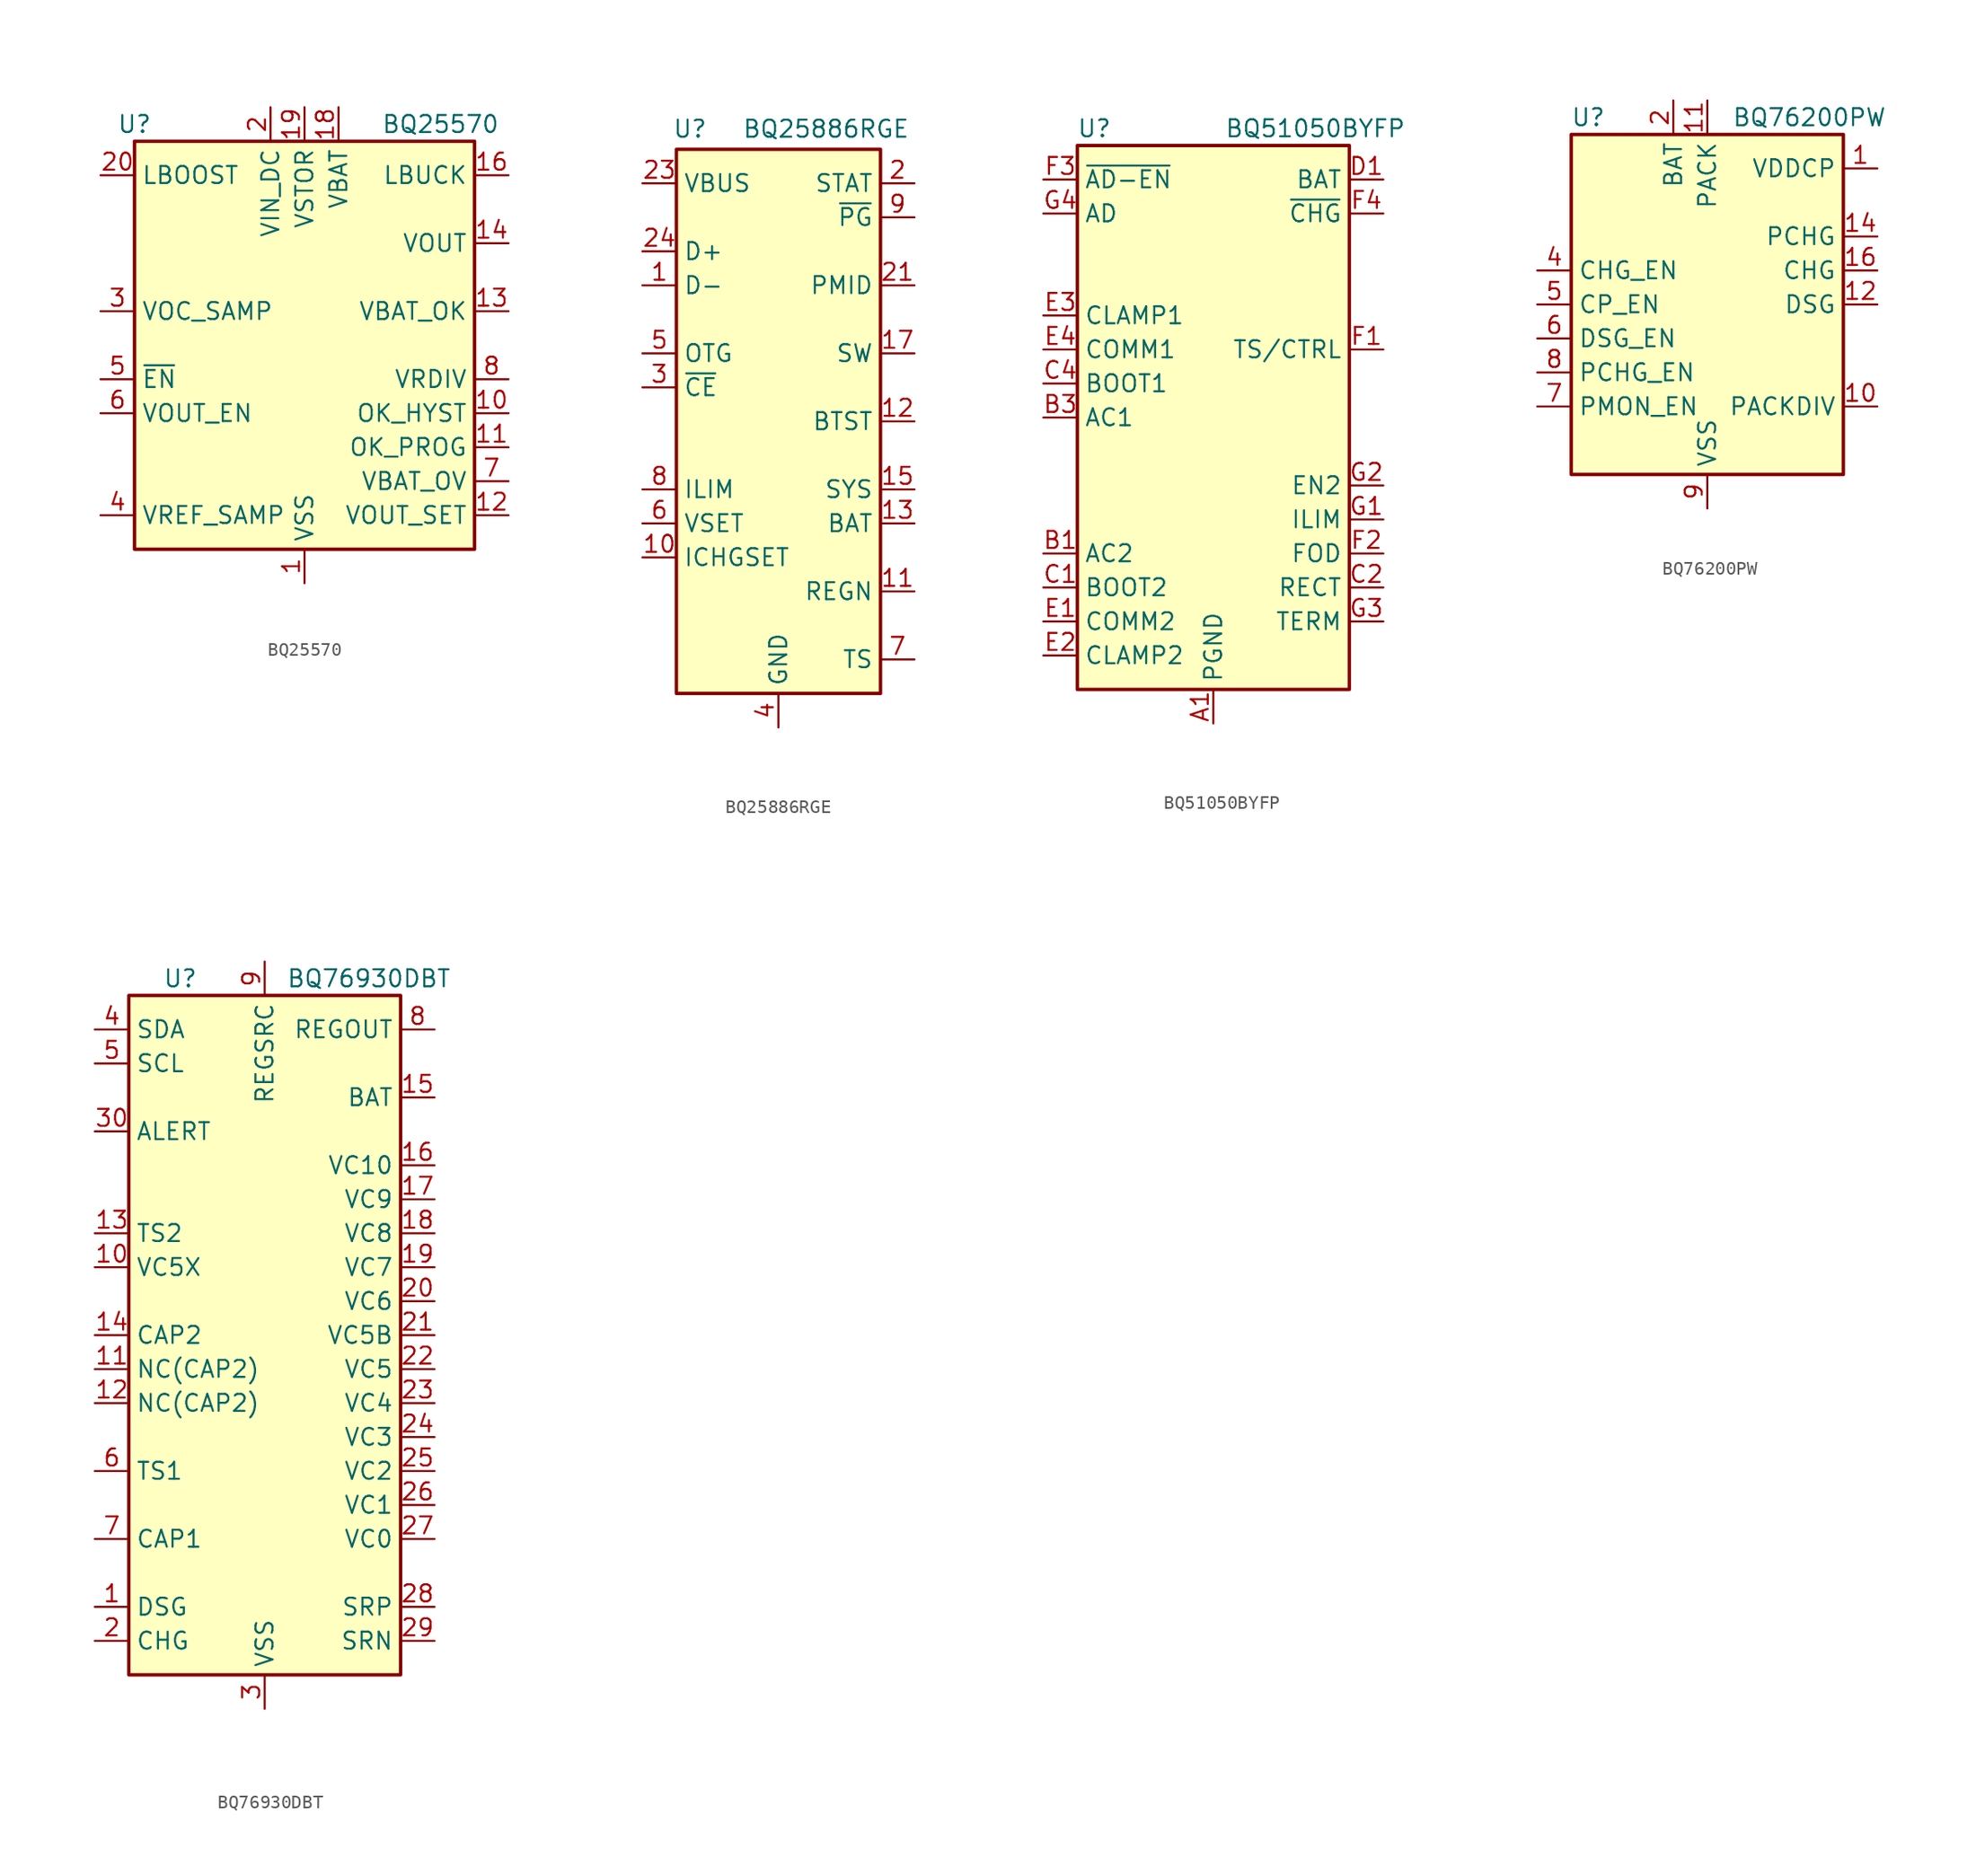
<source format=kicad_sym>
(kicad_symbol_lib
  (version 20241209)
  (generator "kicad_symbol_editor")
  (generator_version "9.0")
  (symbol "BQ25570"
    (property "Reference" "U"
      (at -12.7 16.51 0)
      (effects (font (size 1.27 1.27))))
    (property "Value" "BQ25570"
      (at 10.16 16.51 0)
      (effects (font (size 1.27 1.27))))
    (symbol "BQ25570_0_1"
      (rectangle (start -12.7 15.24) (end 12.7 -15.24) (stroke (width 0.254) (type default)) (fill (type background))))
    (symbol "BQ25570_1_1"
      (pin passive line (at -15.24 12.7 0) (length 2.54) (name "LBOOST" (effects (font (size 1.27 1.27)))) (number "20" (effects (font (size 1.27 1.27)))))
      (pin input line (at -15.24 2.54 0) (length 2.54) (name "VOC_SAMP" (effects (font (size 1.27 1.27)))) (number "3" (effects (font (size 1.27 1.27)))))
      (pin input line (at -15.24 -2.54 0) (length 2.54) (name "~{EN}" (effects (font (size 1.27 1.27)))) (number "5" (effects (font (size 1.27 1.27)))))
      (pin input line (at -15.24 -5.08 0) (length 2.54) (name "VOUT_EN" (effects (font (size 1.27 1.27)))) (number "6" (effects (font (size 1.27 1.27)))))
      (pin passive line (at -15.24 -12.7 0) (length 2.54) (name "VREF_SAMP" (effects (font (size 1.27 1.27)))) (number "4" (effects (font (size 1.27 1.27)))))
      (pin power_in line (at -2.54 17.78 270) (length 2.54) (name "VIN_DC" (effects (font (size 1.27 1.27)))) (number "2" (effects (font (size 1.27 1.27)))))
      (pin power_out line (at 0 17.78 270) (length 2.54) (name "VSTOR" (effects (font (size 1.27 1.27)))) (number "19" (effects (font (size 1.27 1.27)))))
      (pin power_in line (at 0 -17.78 90) (length 2.54) (name "VSS" (effects (font (size 1.27 1.27)))) (number "1" (effects (font (size 1.27 1.27)))))
      (pin passive line (at 0 -17.78 90) (length 2.54) (hide yes) (name "VSS" (effects (font (size 1.27 1.27)))) (number "15" (effects (font (size 1.27 1.27)))))
      (pin passive line (at 0 -17.78 90) (length 2.54) (hide yes) (name "VSS" (effects (font (size 1.27 1.27)))) (number "17" (effects (font (size 1.27 1.27)))))
      (pin passive line (at 0 -17.78 90) (length 2.54) (hide yes) (name "VSS" (effects (font (size 1.27 1.27)))) (number "21" (effects (font (size 1.27 1.27)))))
      (pin passive line (at 0 -17.78 90) (length 2.54) (hide yes) (name "VSS" (effects (font (size 1.27 1.27)))) (number "9" (effects (font (size 1.27 1.27)))))
      (pin power_in line (at 2.54 17.78 270) (length 2.54) (name "VBAT" (effects (font (size 1.27 1.27)))) (number "18" (effects (font (size 1.27 1.27)))))
      (pin passive line (at 15.24 12.7 180) (length 2.54) (name "LBUCK" (effects (font (size 1.27 1.27)))) (number "16" (effects (font (size 1.27 1.27)))))
      (pin input line (at 15.24 7.62 180) (length 2.54) (name "VOUT" (effects (font (size 1.27 1.27)))) (number "14" (effects (font (size 1.27 1.27)))))
      (pin output line (at 15.24 2.54 180) (length 2.54) (name "VBAT_OK" (effects (font (size 1.27 1.27)))) (number "13" (effects (font (size 1.27 1.27)))))
      (pin output line (at 15.24 -2.54 180) (length 2.54) (name "VRDIV" (effects (font (size 1.27 1.27)))) (number "8" (effects (font (size 1.27 1.27)))))
      (pin input line (at 15.24 -5.08 180) (length 2.54) (name "OK_HYST" (effects (font (size 1.27 1.27)))) (number "10" (effects (font (size 1.27 1.27)))))
      (pin input line (at 15.24 -7.62 180) (length 2.54) (name "OK_PROG" (effects (font (size 1.27 1.27)))) (number "11" (effects (font (size 1.27 1.27)))))
      (pin input line (at 15.24 -10.16 180) (length 2.54) (name "VBAT_OV" (effects (font (size 1.27 1.27)))) (number "7" (effects (font (size 1.27 1.27)))))
      (pin input line (at 15.24 -12.7 180) (length 2.54) (name "VOUT_SET" (effects (font (size 1.27 1.27)))) (number "12" (effects (font (size 1.27 1.27)))))))
  (symbol "BQ25886RGE"
    (property "Reference" "U"
      (at -6.604 21.844 0)
      (effects (font (size 1.27 1.27))))
    (property "Value" "BQ25886RGE"
      (at 3.556 21.844 0)
      (effects (font (size 1.27 1.27))))
    (symbol "BQ25886RGE_0_1"
      (rectangle (start -7.62 20.32) (end 7.62 -20.32) (stroke (width 0.254) (type default)) (fill (type background))))
    (symbol "BQ25886RGE_1_1"
      (pin power_in line (at -10.16 17.78 0) (length 2.54) (name "VBUS" (effects (font (size 1.27 1.27)))) (number "23" (effects (font (size 1.27 1.27)))))
      (pin bidirectional line (at -10.16 12.7 0) (length 2.54) (name "D+" (effects (font (size 1.27 1.27)))) (number "24" (effects (font (size 1.27 1.27)))))
      (pin bidirectional line (at -10.16 10.16 0) (length 2.54) (name "D-" (effects (font (size 1.27 1.27)))) (number "1" (effects (font (size 1.27 1.27)))))
      (pin input line (at -10.16 5.08 0) (length 2.54) (name "OTG" (effects (font (size 1.27 1.27)))) (number "5" (effects (font (size 1.27 1.27)))))
      (pin input line (at -10.16 2.54 0) (length 2.54) (name "~{CE}" (effects (font (size 1.27 1.27)))) (number "3" (effects (font (size 1.27 1.27)))))
      (pin passive line (at -10.16 -5.08 0) (length 2.54) (name "ILIM" (effects (font (size 1.27 1.27)))) (number "8" (effects (font (size 1.27 1.27)))))
      (pin passive line (at -10.16 -7.62 0) (length 2.54) (name "VSET" (effects (font (size 1.27 1.27)))) (number "6" (effects (font (size 1.27 1.27)))))
      (pin passive line (at -10.16 -10.16 0) (length 2.54) (name "ICHGSET" (effects (font (size 1.27 1.27)))) (number "10" (effects (font (size 1.27 1.27)))))
      (pin passive line (at 0 -22.86 90) (length 2.54) (hide yes) (name "GND" (effects (font (size 1.27 1.27)))) (number "19" (effects (font (size 1.27 1.27)))))
      (pin passive line (at 0 -22.86 90) (length 2.54) (hide yes) (name "GND" (effects (font (size 1.27 1.27)))) (number "20" (effects (font (size 1.27 1.27)))))
      (pin passive line (at 0 -22.86 90) (length 2.54) (hide yes) (name "GND" (effects (font (size 1.27 1.27)))) (number "25" (effects (font (size 1.27 1.27)))))
      (pin power_in line (at 0 -22.86 90) (length 2.54) (name "GND" (effects (font (size 1.27 1.27)))) (number "4" (effects (font (size 1.27 1.27)))))
      (pin open_collector line (at 10.16 17.78 180) (length 2.54) (name "STAT" (effects (font (size 1.27 1.27)))) (number "2" (effects (font (size 1.27 1.27)))))
      (pin open_collector line (at 10.16 15.24 180) (length 2.54) (name "~{PG}" (effects (font (size 1.27 1.27)))) (number "9" (effects (font (size 1.27 1.27)))))
      (pin power_out line (at 10.16 10.16 180) (length 2.54) (name "PMID" (effects (font (size 1.27 1.27)))) (number "21" (effects (font (size 1.27 1.27)))))
      (pin passive line (at 10.16 10.16 180) (length 2.54) (hide yes) (name "PMID" (effects (font (size 1.27 1.27)))) (number "22" (effects (font (size 1.27 1.27)))))
      (pin power_in line (at 10.16 5.08 180) (length 2.54) (name "SW" (effects (font (size 1.27 1.27)))) (number "17" (effects (font (size 1.27 1.27)))))
      (pin passive line (at 10.16 5.08 180) (length 2.54) (hide yes) (name "SW" (effects (font (size 1.27 1.27)))) (number "18" (effects (font (size 1.27 1.27)))))
      (pin passive line (at 10.16 0 180) (length 2.54) (name "BTST" (effects (font (size 1.27 1.27)))) (number "12" (effects (font (size 1.27 1.27)))))
      (pin power_out line (at 10.16 -5.08 180) (length 2.54) (name "SYS" (effects (font (size 1.27 1.27)))) (number "15" (effects (font (size 1.27 1.27)))))
      (pin passive line (at 10.16 -5.08 180) (length 2.54) (hide yes) (name "SYS" (effects (font (size 1.27 1.27)))) (number "16" (effects (font (size 1.27 1.27)))))
      (pin passive line (at 10.16 -7.62 180) (length 2.54) (name "BAT" (effects (font (size 1.27 1.27)))) (number "13" (effects (font (size 1.27 1.27)))))
      (pin passive line (at 10.16 -7.62 180) (length 2.54) (hide yes) (name "BAT" (effects (font (size 1.27 1.27)))) (number "14" (effects (font (size 1.27 1.27)))))
      (pin power_out line (at 10.16 -12.7 180) (length 2.54) (name "REGN" (effects (font (size 1.27 1.27)))) (number "11" (effects (font (size 1.27 1.27)))))
      (pin input line (at 10.16 -17.78 180) (length 2.54) (name "TS" (effects (font (size 1.27 1.27)))) (number "7" (effects (font (size 1.27 1.27)))))))
  (symbol "BQ51050BYFP"
    (property "Reference" "U"
      (at -8.89 21.59 0)
      (effects (font (size 1.27 1.27))))
    (property "Value" "BQ51050BYFP"
      (at 7.62 21.59 0)
      (effects (font (size 1.27 1.27))))
    (symbol "BQ51050BYFP_0_1"
      (rectangle (start -10.16 -20.32) (end 10.16 20.32) (stroke (width 0.254) (type default)) (fill (type background))))
    (symbol "BQ51050BYFP_1_1"
      (pin output line (at -12.7 17.78 0) (length 2.54) (name "~{AD-EN}" (effects (font (size 1.27 1.27)))) (number "F3" (effects (font (size 1.27 1.27)))))
      (pin input line (at -12.7 15.24 0) (length 2.54) (name "AD" (effects (font (size 1.27 1.27)))) (number "G4" (effects (font (size 1.27 1.27)))))
      (pin open_collector line (at -12.7 7.62 0) (length 2.54) (name "CLAMP1" (effects (font (size 1.27 1.27)))) (number "E3" (effects (font (size 1.27 1.27)))))
      (pin open_collector line (at -12.7 5.08 0) (length 2.54) (name "COMM1" (effects (font (size 1.27 1.27)))) (number "E4" (effects (font (size 1.27 1.27)))))
      (pin passive line (at -12.7 2.54 0) (length 2.54) (name "BOOT1" (effects (font (size 1.27 1.27)))) (number "C4" (effects (font (size 1.27 1.27)))))
      (pin input line (at -12.7 0 0) (length 2.54) (name "AC1" (effects (font (size 1.27 1.27)))) (number "B3" (effects (font (size 1.27 1.27)))))
      (pin input line (at -12.7 0 0) (length 2.54) (hide yes) (name "AC1" (effects (font (size 1.27 1.27)))) (number "B4" (effects (font (size 1.27 1.27)))))
      (pin input line (at -12.7 -10.16 0) (length 2.54) (name "AC2" (effects (font (size 1.27 1.27)))) (number "B1" (effects (font (size 1.27 1.27)))))
      (pin input line (at -12.7 -10.16 0) (length 2.54) (hide yes) (name "AC2" (effects (font (size 1.27 1.27)))) (number "B2" (effects (font (size 1.27 1.27)))))
      (pin passive line (at -12.7 -12.7 0) (length 2.54) (name "BOOT2" (effects (font (size 1.27 1.27)))) (number "C1" (effects (font (size 1.27 1.27)))))
      (pin open_collector line (at -12.7 -15.24 0) (length 2.54) (name "COMM2" (effects (font (size 1.27 1.27)))) (number "E1" (effects (font (size 1.27 1.27)))))
      (pin open_collector line (at -12.7 -17.78 0) (length 2.54) (name "CLAMP2" (effects (font (size 1.27 1.27)))) (number "E2" (effects (font (size 1.27 1.27)))))
      (pin power_in line (at 0 -22.86 90) (length 2.54) (name "PGND" (effects (font (size 1.27 1.27)))) (number "A1" (effects (font (size 1.27 1.27)))))
      (pin passive line (at 0 -22.86 90) (length 2.54) (hide yes) (name "PGND" (effects (font (size 1.27 1.27)))) (number "A2" (effects (font (size 1.27 1.27)))))
      (pin passive line (at 0 -22.86 90) (length 2.54) (hide yes) (name "PGND" (effects (font (size 1.27 1.27)))) (number "A3" (effects (font (size 1.27 1.27)))))
      (pin passive line (at 0 -22.86 90) (length 2.54) (hide yes) (name "PGND" (effects (font (size 1.27 1.27)))) (number "A4" (effects (font (size 1.27 1.27)))))
      (pin power_out line (at 12.7 17.78 180) (length 2.54) (name "BAT" (effects (font (size 1.27 1.27)))) (number "D1" (effects (font (size 1.27 1.27)))))
      (pin passive line (at 12.7 17.78 180) (length 2.54) (hide yes) (name "BAT" (effects (font (size 1.27 1.27)))) (number "D2" (effects (font (size 1.27 1.27)))))
      (pin passive line (at 12.7 17.78 180) (length 2.54) (hide yes) (name "BAT" (effects (font (size 1.27 1.27)))) (number "D3" (effects (font (size 1.27 1.27)))))
      (pin passive line (at 12.7 17.78 180) (length 2.54) (hide yes) (name "BAT" (effects (font (size 1.27 1.27)))) (number "D4" (effects (font (size 1.27 1.27)))))
      (pin open_collector line (at 12.7 15.24 180) (length 2.54) (name "~{CHG}" (effects (font (size 1.27 1.27)))) (number "F4" (effects (font (size 1.27 1.27)))))
      (pin input line (at 12.7 5.08 180) (length 2.54) (name "TS/CTRL" (effects (font (size 1.27 1.27)))) (number "F1" (effects (font (size 1.27 1.27)))))
      (pin input line (at 12.7 -5.08 180) (length 2.54) (name "EN2" (effects (font (size 1.27 1.27)))) (number "G2" (effects (font (size 1.27 1.27)))))
      (pin passive line (at 12.7 -7.62 180) (length 2.54) (name "ILIM" (effects (font (size 1.27 1.27)))) (number "G1" (effects (font (size 1.27 1.27)))))
      (pin input line (at 12.7 -10.16 180) (length 2.54) (name "FOD" (effects (font (size 1.27 1.27)))) (number "F2" (effects (font (size 1.27 1.27)))))
      (pin passive line (at 12.7 -12.7 180) (length 2.54) (name "RECT" (effects (font (size 1.27 1.27)))) (number "C2" (effects (font (size 1.27 1.27)))))
      (pin passive line (at 12.7 -12.7 180) (length 2.54) (hide yes) (name "RECT" (effects (font (size 1.27 1.27)))) (number "C3" (effects (font (size 1.27 1.27)))))
      (pin input line (at 12.7 -15.24 180) (length 2.54) (name "TERM" (effects (font (size 1.27 1.27)))) (number "G3" (effects (font (size 1.27 1.27)))))))
  (symbol "BQ76200PW"
    (property "Reference" "U"
      (at -8.89 13.97 0)
      (effects (font (size 1.27 1.27))))
    (property "Value" "BQ76200PW"
      (at 7.62 13.97 0)
      (effects (font (size 1.27 1.27))))
    (symbol "BQ76200PW_0_1"
      (rectangle (start -10.16 -12.7) (end 10.16 12.7) (stroke (width 0.254) (type default)) (fill (type background))))
    (symbol "BQ76200PW_1_1"
      (pin input line (at -12.7 2.54 0) (length 2.54) (name "CHG_EN" (effects (font (size 1.27 1.27)))) (number "4" (effects (font (size 1.27 1.27)))))
      (pin input line (at -12.7 0 0) (length 2.54) (name "CP_EN" (effects (font (size 1.27 1.27)))) (number "5" (effects (font (size 1.27 1.27)))))
      (pin input line (at -12.7 -2.54 0) (length 2.54) (name "DSG_EN" (effects (font (size 1.27 1.27)))) (number "6" (effects (font (size 1.27 1.27)))))
      (pin input line (at -12.7 -5.08 0) (length 2.54) (name "PCHG_EN" (effects (font (size 1.27 1.27)))) (number "8" (effects (font (size 1.27 1.27)))))
      (pin input line (at -12.7 -7.62 0) (length 2.54) (name "PMON_EN" (effects (font (size 1.27 1.27)))) (number "7" (effects (font (size 1.27 1.27)))))
      (pin no_connect line (at -10.16 10.16 0) (length 2.54) (hide yes) (name "NC" (effects (font (size 1.27 1.27)))) (number "3" (effects (font (size 1.27 1.27)))))
      (pin no_connect line (at -10.16 7.62 0) (length 2.54) (hide yes) (name "NC" (effects (font (size 1.27 1.27)))) (number "13" (effects (font (size 1.27 1.27)))))
      (pin no_connect line (at -10.16 5.08 0) (length 2.54) (hide yes) (name "NC" (effects (font (size 1.27 1.27)))) (number "15" (effects (font (size 1.27 1.27)))))
      (pin power_in line (at -2.54 15.24 270) (length 2.54) (name "BAT" (effects (font (size 1.27 1.27)))) (number "2" (effects (font (size 1.27 1.27)))))
      (pin power_in line (at 0 15.24 270) (length 2.54) (name "PACK" (effects (font (size 1.27 1.27)))) (number "11" (effects (font (size 1.27 1.27)))))
      (pin power_in line (at 0 -15.24 90) (length 2.54) (name "VSS" (effects (font (size 1.27 1.27)))) (number "9" (effects (font (size 1.27 1.27)))))
      (pin output line (at 12.7 10.16 180) (length 2.54) (name "VDDCP" (effects (font (size 1.27 1.27)))) (number "1" (effects (font (size 1.27 1.27)))))
      (pin output line (at 12.7 5.08 180) (length 2.54) (name "PCHG" (effects (font (size 1.27 1.27)))) (number "14" (effects (font (size 1.27 1.27)))))
      (pin output line (at 12.7 2.54 180) (length 2.54) (name "CHG" (effects (font (size 1.27 1.27)))) (number "16" (effects (font (size 1.27 1.27)))))
      (pin output line (at 12.7 0 180) (length 2.54) (name "DSG" (effects (font (size 1.27 1.27)))) (number "12" (effects (font (size 1.27 1.27)))))
      (pin output line (at 12.7 -7.62 180) (length 2.54) (name "PACKDIV" (effects (font (size 1.27 1.27)))) (number "10" (effects (font (size 1.27 1.27)))))))
  (symbol "BQ76930DBT"
    (property "Reference" "U"
      (at -7.62 26.67 0)
      (effects (font (size 1.27 1.27)) (justify left)))
    (property "Value" "BQ76930DBT"
      (at 13.97 26.67 0)
      (effects (font (size 1.27 1.27)) (justify right)))
    (symbol "BQ76930DBT_0_1"
      (rectangle (start -10.16 25.4) (end 10.16 -25.4) (stroke (width 0.254) (type default)) (fill (type background))))
    (symbol "BQ76930DBT_1_0"
      (pin bidirectional line (at -12.7 15.24 0) (length 2.54) (name "ALERT" (effects (font (size 1.27 1.27)))) (number "30" (effects (font (size 1.27 1.27)))))
      (pin passive line (at -12.7 7.62 0) (length 2.54) (name "TS2" (effects (font (size 1.27 1.27)))) (number "13" (effects (font (size 1.27 1.27)))))
      (pin passive line (at -12.7 5.08 0) (length 2.54) (name "VC5X" (effects (font (size 1.27 1.27)))) (number "10" (effects (font (size 1.27 1.27)))))
      (pin passive line (at -12.7 0 0) (length 2.54) (name "CAP2" (effects (font (size 1.27 1.27)))) (number "14" (effects (font (size 1.27 1.27)))))
      (pin passive line (at -12.7 -2.54 0) (length 2.54) (name "NC(CAP2)" (effects (font (size 1.27 1.27)))) (number "11" (effects (font (size 1.27 1.27)))))
      (pin passive line (at -12.7 -5.08 0) (length 2.54) (name "NC(CAP2)" (effects (font (size 1.27 1.27)))) (number "12" (effects (font (size 1.27 1.27)))))
      (pin passive line (at -12.7 -10.16 0) (length 2.54) (name "TS1" (effects (font (size 1.27 1.27)))) (number "6" (effects (font (size 1.27 1.27)))))
      (pin passive line (at -12.7 -15.24 0) (length 2.54) (name "CAP1" (effects (font (size 1.27 1.27)))) (number "7" (effects (font (size 1.27 1.27)))))
      (pin power_in line (at 0 27.94 270) (length 2.54) (name "REGSRC" (effects (font (size 1.27 1.27)))) (number "9" (effects (font (size 1.27 1.27)))))
      (pin power_out line (at 12.7 22.86 180) (length 2.54) (name "REGOUT" (effects (font (size 1.27 1.27)))) (number "8" (effects (font (size 1.27 1.27)))))
      (pin input line (at 12.7 17.78 180) (length 2.54) (name "BAT" (effects (font (size 1.27 1.27)))) (number "15" (effects (font (size 1.27 1.27)))))
      (pin input line (at 12.7 12.7 180) (length 2.54) (name "VC10" (effects (font (size 1.27 1.27)))) (number "16" (effects (font (size 1.27 1.27)))))
      (pin input line (at 12.7 10.16 180) (length 2.54) (name "VC9" (effects (font (size 1.27 1.27)))) (number "17" (effects (font (size 1.27 1.27)))))
      (pin input line (at 12.7 7.62 180) (length 2.54) (name "VC8" (effects (font (size 1.27 1.27)))) (number "18" (effects (font (size 1.27 1.27)))))
      (pin input line (at 12.7 5.08 180) (length 2.54) (name "VC7" (effects (font (size 1.27 1.27)))) (number "19" (effects (font (size 1.27 1.27)))))
      (pin input line (at 12.7 2.54 180) (length 2.54) (name "VC6" (effects (font (size 1.27 1.27)))) (number "20" (effects (font (size 1.27 1.27)))))
      (pin input line (at 12.7 0 180) (length 2.54) (name "VC5B" (effects (font (size 1.27 1.27)))) (number "21" (effects (font (size 1.27 1.27)))))
      (pin input line (at 12.7 -2.54 180) (length 2.54) (name "VC5" (effects (font (size 1.27 1.27)))) (number "22" (effects (font (size 1.27 1.27)))))
      (pin input line (at 12.7 -5.08 180) (length 2.54) (name "VC4" (effects (font (size 1.27 1.27)))) (number "23" (effects (font (size 1.27 1.27)))))
      (pin input line (at 12.7 -7.62 180) (length 2.54) (name "VC3" (effects (font (size 1.27 1.27)))) (number "24" (effects (font (size 1.27 1.27)))))
      (pin input line (at 12.7 -10.16 180) (length 2.54) (name "VC2" (effects (font (size 1.27 1.27)))) (number "25" (effects (font (size 1.27 1.27)))))
      (pin input line (at 12.7 -12.7 180) (length 2.54) (name "VC1" (effects (font (size 1.27 1.27)))) (number "26" (effects (font (size 1.27 1.27)))))
      (pin input line (at 12.7 -15.24 180) (length 2.54) (name "VC0" (effects (font (size 1.27 1.27)))) (number "27" (effects (font (size 1.27 1.27)))))
      (pin input line (at 12.7 -20.32 180) (length 2.54) (name "SRP" (effects (font (size 1.27 1.27)))) (number "28" (effects (font (size 1.27 1.27)))))
      (pin input line (at 12.7 -22.86 180) (length 2.54) (name "SRN" (effects (font (size 1.27 1.27)))) (number "29" (effects (font (size 1.27 1.27))))))
    (symbol "BQ76930DBT_1_1"
      (pin bidirectional line (at -12.7 22.86 0) (length 2.54) (name "SDA" (effects (font (size 1.27 1.27)))) (number "4" (effects (font (size 1.27 1.27)))))
      (pin input line (at -12.7 20.32 0) (length 2.54) (name "SCL" (effects (font (size 1.27 1.27)))) (number "5" (effects (font (size 1.27 1.27)))))
      (pin output line (at -12.7 -20.32 0) (length 2.54) (name "DSG" (effects (font (size 1.27 1.27)))) (number "1" (effects (font (size 1.27 1.27)))))
      (pin output line (at -12.7 -22.86 0) (length 2.54) (name "CHG" (effects (font (size 1.27 1.27)))) (number "2" (effects (font (size 1.27 1.27)))))
      (pin power_in line (at 0 -27.94 90) (length 2.54) (name "VSS" (effects (font (size 1.27 1.27)))) (number "3" (effects (font (size 1.27 1.27))))))))
</source>
